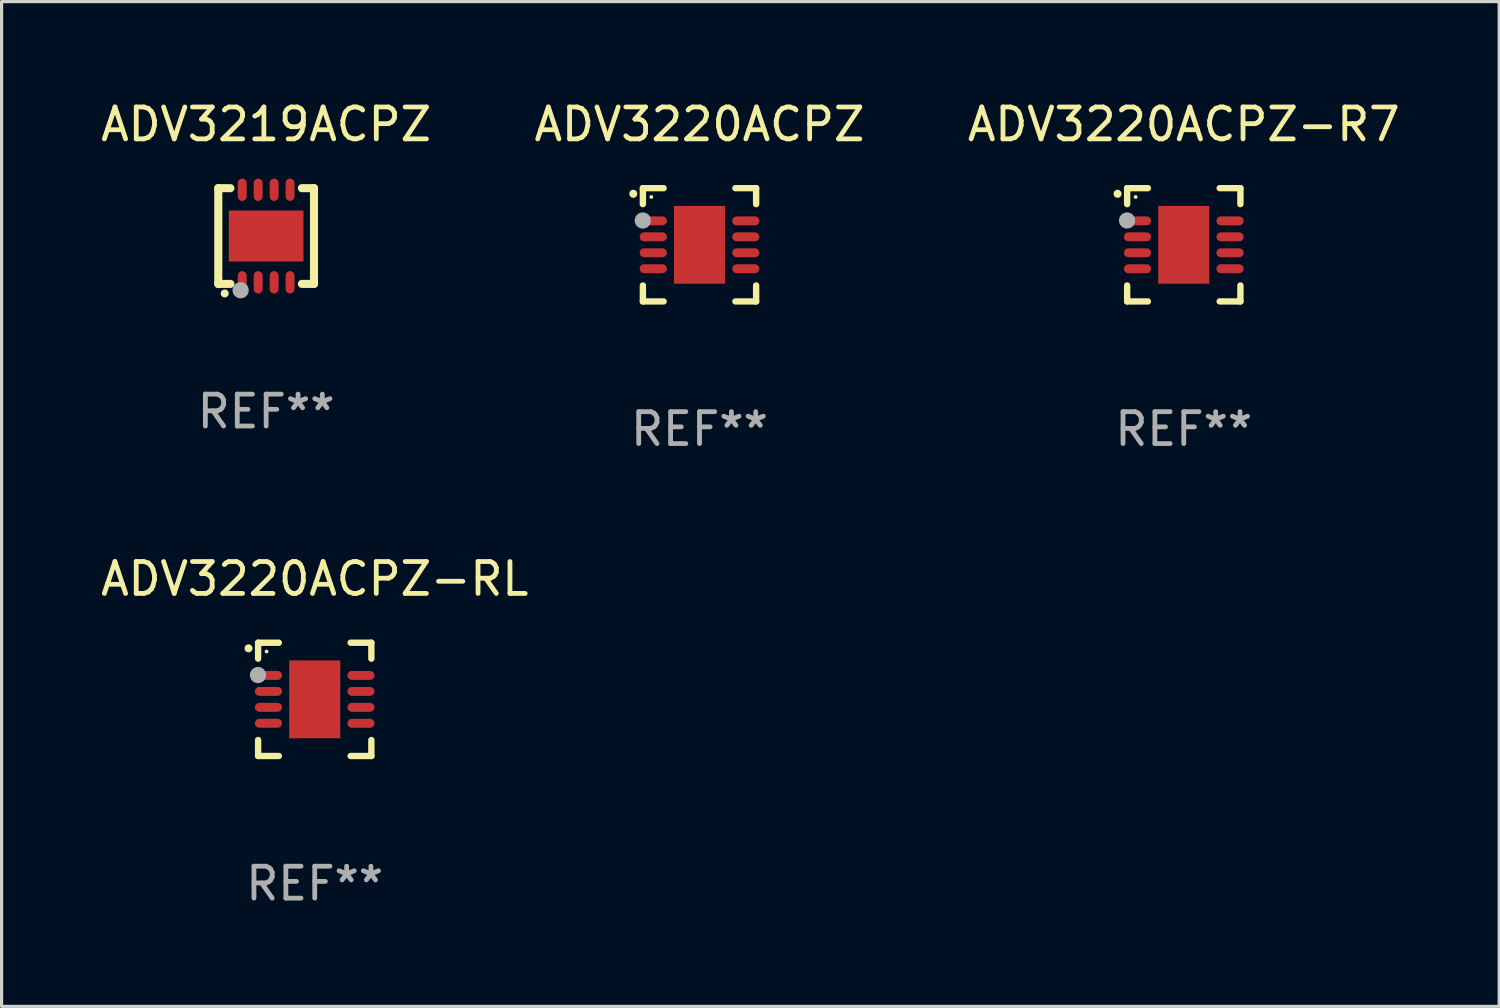
<source format=kicad_pcb>
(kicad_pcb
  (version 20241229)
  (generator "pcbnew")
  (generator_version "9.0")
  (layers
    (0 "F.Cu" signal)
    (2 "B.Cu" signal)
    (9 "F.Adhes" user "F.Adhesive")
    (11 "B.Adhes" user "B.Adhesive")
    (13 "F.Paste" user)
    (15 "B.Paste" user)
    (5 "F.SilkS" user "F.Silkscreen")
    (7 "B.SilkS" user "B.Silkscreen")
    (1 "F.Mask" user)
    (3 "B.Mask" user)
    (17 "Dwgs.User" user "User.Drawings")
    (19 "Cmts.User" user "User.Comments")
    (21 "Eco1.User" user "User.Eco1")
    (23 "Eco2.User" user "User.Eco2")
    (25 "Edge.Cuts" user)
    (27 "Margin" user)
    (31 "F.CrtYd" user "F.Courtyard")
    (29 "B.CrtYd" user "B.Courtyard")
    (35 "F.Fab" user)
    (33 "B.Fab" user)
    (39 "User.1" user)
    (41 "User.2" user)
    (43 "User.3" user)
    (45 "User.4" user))
  (footprint "ADV3220ACPZ-RL"
    (layer "F.Cu")
    (at 6.815 18.87)
    (property "Reference" "ADV3220ACPZ-RL" (at 0 -3.775 0) (layer "F.SilkS") (effects (font (size 1 1) (thickness 0.15))))
    (attr through_hole)
    (fp_line (start -1.775 -1.775) (end -1.125 -1.775) (stroke (width 0.2) (type solid)) (layer "F.SilkS"))
    (fp_line (start -1.775 -1.275) (end -1.775 -1.775) (stroke (width 0.2) (type solid)) (layer "F.SilkS"))
    (fp_line (start -1.775 1.775) (end -1.775 1.275) (stroke (width 0.2) (type solid)) (layer "F.SilkS"))
    (fp_line (start -1.125 1.775) (end -1.775 1.775) (stroke (width 0.2) (type solid)) (layer "F.SilkS"))
    (fp_line (start 1.125 1.775) (end 1.775 1.775) (stroke (width 0.2) (type solid)) (layer "F.SilkS"))
    (fp_line (start 1.775 -1.775) (end 1.125 -1.775) (stroke (width 0.2) (type solid)) (layer "F.SilkS"))
    (fp_line (start 1.775 -1.275) (end 1.775 -1.775) (stroke (width 0.2) (type solid)) (layer "F.SilkS"))
    (fp_line (start 1.775 1.775) (end 1.775 1.275) (stroke (width 0.2) (type solid)) (layer "F.SilkS"))
    (fp_arc (start -2.075184 -1.597663) (mid -2.07519 -1.598933) (end -2.075184 -1.600203) (stroke (width 0.25) (type solid)) (layer "F.SilkS"))
    (fp_circle (center -1.51 -1.5) (end -1.48 -1.5) (stroke (width 0.06) (type solid)) (fill no) (layer "F.SilkS"))
    (fp_circle (center -1.778 -0.762) (end -1.651 -0.762) (stroke (width 0.254) (type solid)) (fill no) (layer "F.Fab"))
    (fp_text user "REF**" (at 0 5.775 0) (layer "F.Fab") (effects (font (size 1 1) (thickness 0.15))))
    (pad "0" smd rect (at -0.000025 -0.000025) (size 1.6 2.44) (layers "F.Cu" "F.Mask" "F.Paste"))
    (pad "1" smd oval (at -1.45 -0.75 90) (size 0.28 0.85) (layers "F.Cu" "F.Mask" "F.Paste"))
    (pad "2" smd oval (at -1.45 -0.25 90) (size 0.28 0.85) (layers "F.Cu" "F.Mask" "F.Paste"))
    (pad "3" smd oval (at -1.45 0.25 90) (size 0.28 0.85) (layers "F.Cu" "F.Mask" "F.Paste"))
    (pad "4" smd oval (at -1.45 0.75 90) (size 0.28 0.85) (layers "F.Cu" "F.Mask" "F.Paste"))
    (pad "5" smd oval (at 1.45 0.75 90) (size 0.28 0.85) (layers "F.Cu" "F.Mask" "F.Paste"))
    (pad "6" smd oval (at 1.45 0.25 90) (size 0.28 0.85) (layers "F.Cu" "F.Mask" "F.Paste"))
    (pad "7" smd oval (at 1.45 -0.25 90) (size 0.28 0.85) (layers "F.Cu" "F.Mask" "F.Paste"))
    (pad "8" smd oval (at 1.45 -0.75 90) (size 0.28 0.85) (layers "F.Cu" "F.Mask" "F.Paste")))
  (footprint "ADV3219ACPZ"
    (layer "F.Cu")
    (at 5.292 4.348)
    (property "Reference" "ADV3219ACPZ" (at 0 -3.5 0) (layer "F.SilkS") (effects (font (size 1 1) (thickness 0.15))))
    (attr through_hole)
    (fp_line (start -1.5 -1.5) (end -1.121 -1.5) (stroke (width 0.254) (type solid)) (layer "F.SilkS"))
    (fp_line (start -1.5 1.5) (end -1.5 -1.5) (stroke (width 0.254) (type solid)) (layer "F.SilkS"))
    (fp_line (start -1.121 1.5) (end -1.5 1.5) (stroke (width 0.254) (type solid)) (layer "F.SilkS"))
    (fp_line (start 1.121 -1.5) (end 1.5 -1.5) (stroke (width 0.254) (type solid)) (layer "F.SilkS"))
    (fp_line (start 1.5 -1.5) (end 1.5 1.5) (stroke (width 0.254) (type solid)) (layer "F.SilkS"))
    (fp_line (start 1.5 1.5) (end 1.121 1.5) (stroke (width 0.254) (type solid)) (layer "F.SilkS"))
    (fp_arc (start -1.3 1.8) (mid -1.29873 1.799994) (end -1.29746 1.8) (stroke (width 0.25) (type solid)) (layer "F.SilkS"))
    (fp_circle (center -1.5 1.51) (end -1.47 1.51) (stroke (width 0.06) (type solid)) (fill no) (layer "F.SilkS"))
    (fp_circle (center -0.8 1.7) (end -0.673 1.7) (stroke (width 0.254) (type solid)) (fill no) (layer "F.Fab"))
    (fp_text user "REF**" (at 0 5.5 0) (layer "F.Fab") (effects (font (size 1 1) (thickness 0.15))))
    (pad "1" smd oval (at -0.75 1.45 180) (size 0.28 0.7) (layers "F.Cu" "F.Mask" "F.Paste"))
    (pad "2" smd oval (at -0.25 1.45 180) (size 0.28 0.7) (layers "F.Cu" "F.Mask" "F.Paste"))
    (pad "3" smd oval (at 0.25 1.45 180) (size 0.28 0.7) (layers "F.Cu" "F.Mask" "F.Paste"))
    (pad "4" smd oval (at 0.75 1.45 180) (size 0.28 0.7) (layers "F.Cu" "F.Mask" "F.Paste"))
    (pad "5" smd oval (at 0.75 -1.45 180) (size 0.28 0.7) (layers "F.Cu" "F.Mask" "F.Paste"))
    (pad "6" smd oval (at 0.25 -1.45 180) (size 0.28 0.7) (layers "F.Cu" "F.Mask" "F.Paste"))
    (pad "7" smd oval (at -0.25 -1.45 180) (size 0.28 0.7) (layers "F.Cu" "F.Mask" "F.Paste"))
    (pad "8" smd oval (at -0.75 -1.45 180) (size 0.28 0.7) (layers "F.Cu" "F.Mask" "F.Paste"))
    (pad "9" smd rect (at 0 0 90) (size 1.6 2.34) (layers "F.Cu" "F.Mask" "F.Paste")))
  (footprint "ADV3220ACPZ-R7"
    (layer "F.Cu")
    (at 34.054 4.623)
    (property "Reference" "ADV3220ACPZ-R7" (at 0 -3.775 0) (layer "F.SilkS") (effects (font (size 1 1) (thickness 0.15))))
    (attr through_hole)
    (fp_line (start -1.775 -1.775) (end -1.125 -1.775) (stroke (width 0.2) (type solid)) (layer "F.SilkS"))
    (fp_line (start -1.775 -1.275) (end -1.775 -1.775) (stroke (width 0.2) (type solid)) (layer "F.SilkS"))
    (fp_line (start -1.775 1.775) (end -1.775 1.275) (stroke (width 0.2) (type solid)) (layer "F.SilkS"))
    (fp_line (start -1.125 1.775) (end -1.775 1.775) (stroke (width 0.2) (type solid)) (layer "F.SilkS"))
    (fp_line (start 1.125 1.775) (end 1.775 1.775) (stroke (width 0.2) (type solid)) (layer "F.SilkS"))
    (fp_line (start 1.775 -1.775) (end 1.125 -1.775) (stroke (width 0.2) (type solid)) (layer "F.SilkS"))
    (fp_line (start 1.775 -1.275) (end 1.775 -1.775) (stroke (width 0.2) (type solid)) (layer "F.SilkS"))
    (fp_line (start 1.775 1.775) (end 1.775 1.275) (stroke (width 0.2) (type solid)) (layer "F.SilkS"))
    (fp_arc (start -2.075184 -1.597663) (mid -2.07519 -1.598933) (end -2.075184 -1.600203) (stroke (width 0.25) (type solid)) (layer "F.SilkS"))
    (fp_circle (center -1.51 -1.5) (end -1.48 -1.5) (stroke (width 0.06) (type solid)) (fill no) (layer "F.SilkS"))
    (fp_circle (center -1.778 -0.762) (end -1.651 -0.762) (stroke (width 0.254) (type solid)) (fill no) (layer "F.Fab"))
    (fp_text user "REF**" (at 0 5.775 0) (layer "F.Fab") (effects (font (size 1 1) (thickness 0.15))))
    (pad "0" smd rect (at -0.000025 -0.000025) (size 1.6 2.44) (layers "F.Cu" "F.Mask" "F.Paste"))
    (pad "1" smd oval (at -1.45 -0.75 90) (size 0.28 0.85) (layers "F.Cu" "F.Mask" "F.Paste"))
    (pad "2" smd oval (at -1.45 -0.25 90) (size 0.28 0.85) (layers "F.Cu" "F.Mask" "F.Paste"))
    (pad "3" smd oval (at -1.45 0.25 90) (size 0.28 0.85) (layers "F.Cu" "F.Mask" "F.Paste"))
    (pad "4" smd oval (at -1.45 0.75 90) (size 0.28 0.85) (layers "F.Cu" "F.Mask" "F.Paste"))
    (pad "5" smd oval (at 1.45 0.75 90) (size 0.28 0.85) (layers "F.Cu" "F.Mask" "F.Paste"))
    (pad "6" smd oval (at 1.45 0.25 90) (size 0.28 0.85) (layers "F.Cu" "F.Mask" "F.Paste"))
    (pad "7" smd oval (at 1.45 -0.25 90) (size 0.28 0.85) (layers "F.Cu" "F.Mask" "F.Paste"))
    (pad "8" smd oval (at 1.45 -0.75 90) (size 0.28 0.85) (layers "F.Cu" "F.Mask" "F.Paste")))
  (footprint "ADV3220ACPZ"
    (layer "F.Cu")
    (at 18.875 4.623)
    (property "Reference" "ADV3220ACPZ" (at 0 -3.775 0) (layer "F.SilkS") (effects (font (size 1 1) (thickness 0.15))))
    (attr through_hole)
    (fp_line (start -1.775 -1.775) (end -1.125 -1.775) (stroke (width 0.2) (type solid)) (layer "F.SilkS"))
    (fp_line (start -1.775 -1.275) (end -1.775 -1.775) (stroke (width 0.2) (type solid)) (layer "F.SilkS"))
    (fp_line (start -1.775 1.775) (end -1.775 1.275) (stroke (width 0.2) (type solid)) (layer "F.SilkS"))
    (fp_line (start -1.125 1.775) (end -1.775 1.775) (stroke (width 0.2) (type solid)) (layer "F.SilkS"))
    (fp_line (start 1.125 1.775) (end 1.775 1.775) (stroke (width 0.2) (type solid)) (layer "F.SilkS"))
    (fp_line (start 1.775 -1.775) (end 1.125 -1.775) (stroke (width 0.2) (type solid)) (layer "F.SilkS"))
    (fp_line (start 1.775 -1.275) (end 1.775 -1.775) (stroke (width 0.2) (type solid)) (layer "F.SilkS"))
    (fp_line (start 1.775 1.775) (end 1.775 1.275) (stroke (width 0.2) (type solid)) (layer "F.SilkS"))
    (fp_arc (start -2.075184 -1.597663) (mid -2.07519 -1.598933) (end -2.075184 -1.600203) (stroke (width 0.25) (type solid)) (layer "F.SilkS"))
    (fp_circle (center -1.51 -1.5) (end -1.48 -1.5) (stroke (width 0.06) (type solid)) (fill no) (layer "F.SilkS"))
    (fp_circle (center -1.778 -0.762) (end -1.651 -0.762) (stroke (width 0.254) (type solid)) (fill no) (layer "F.Fab"))
    (fp_text user "REF**" (at 0 5.775 0) (layer "F.Fab") (effects (font (size 1 1) (thickness 0.15))))
    (pad "0" smd rect (at -0.000025 -0.000025) (size 1.6 2.44) (layers "F.Cu" "F.Mask" "F.Paste"))
    (pad "1" smd oval (at -1.45 -0.75 90) (size 0.28 0.85) (layers "F.Cu" "F.Mask" "F.Paste"))
    (pad "2" smd oval (at -1.45 -0.25 90) (size 0.28 0.85) (layers "F.Cu" "F.Mask" "F.Paste"))
    (pad "3" smd oval (at -1.45 0.25 90) (size 0.28 0.85) (layers "F.Cu" "F.Mask" "F.Paste"))
    (pad "4" smd oval (at -1.45 0.75 90) (size 0.28 0.85) (layers "F.Cu" "F.Mask" "F.Paste"))
    (pad "5" smd oval (at 1.45 0.75 90) (size 0.28 0.85) (layers "F.Cu" "F.Mask" "F.Paste"))
    (pad "6" smd oval (at 1.45 0.25 90) (size 0.28 0.85) (layers "F.Cu" "F.Mask" "F.Paste"))
    (pad "7" smd oval (at 1.45 -0.25 90) (size 0.28 0.85) (layers "F.Cu" "F.Mask" "F.Paste"))
    (pad "8" smd oval (at 1.45 -0.75 90) (size 0.28 0.85) (layers "F.Cu" "F.Mask" "F.Paste")))
  (gr_rect
    (start -3 -3)
    (end 43.94 28.493)
    (stroke (width 0.1) (type default))
    (fill no)
    (layer "Edge.Cuts")))
</source>
